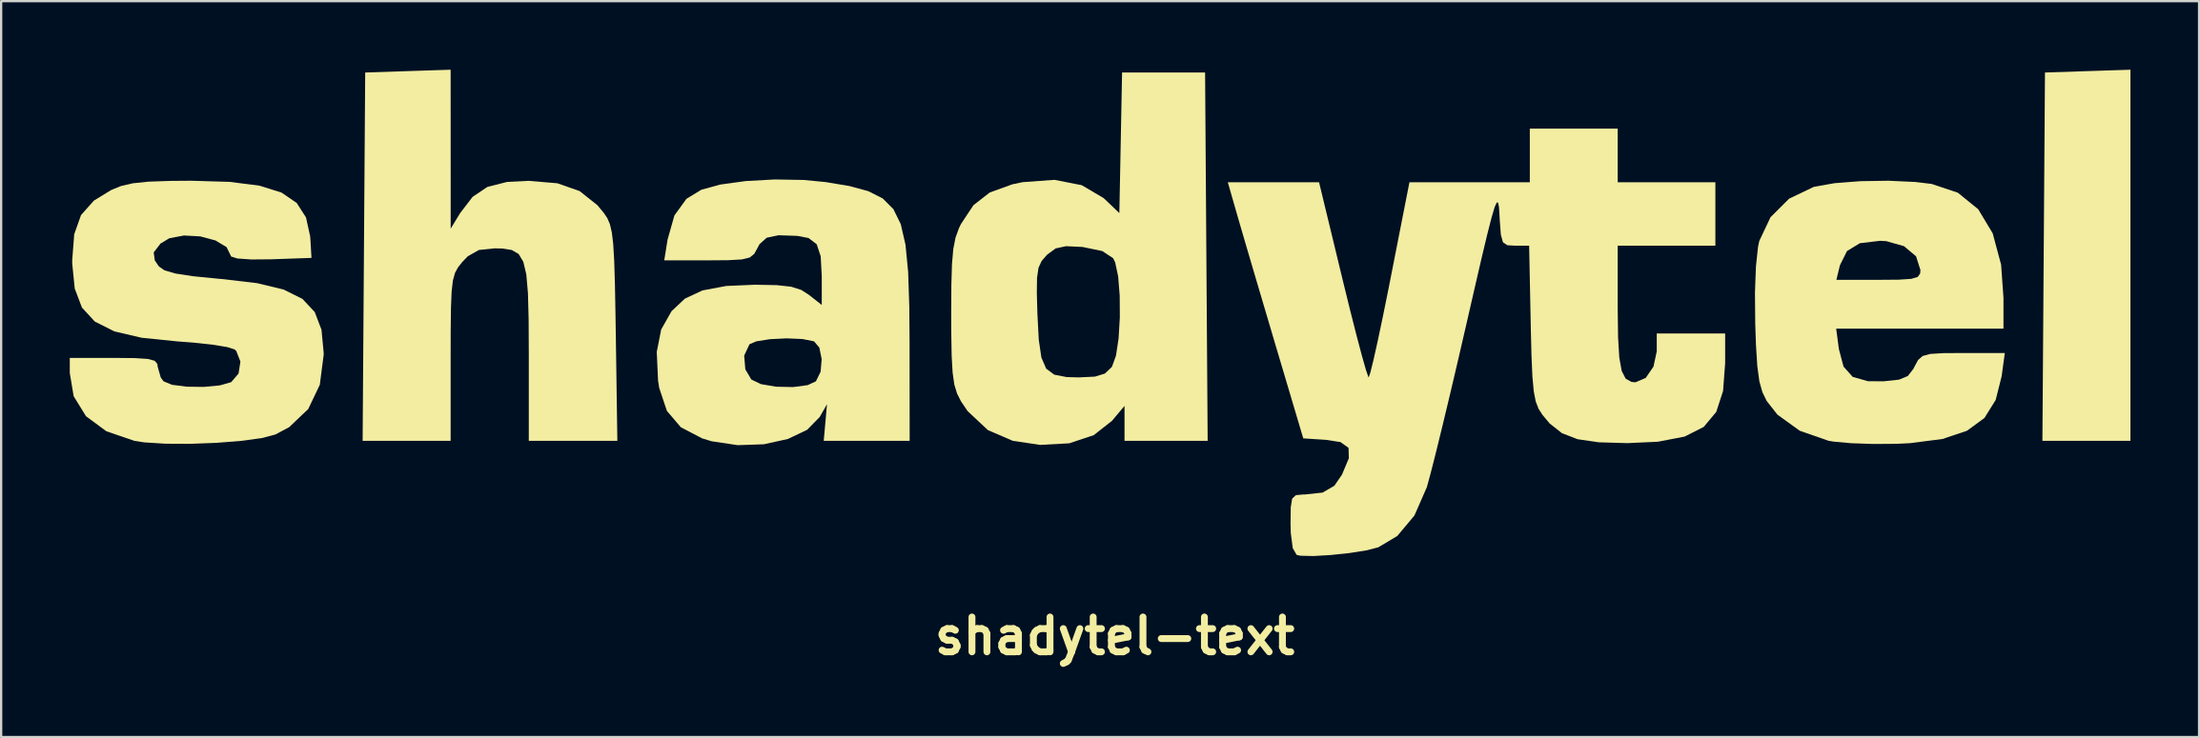
<source format=kicad_pcb>
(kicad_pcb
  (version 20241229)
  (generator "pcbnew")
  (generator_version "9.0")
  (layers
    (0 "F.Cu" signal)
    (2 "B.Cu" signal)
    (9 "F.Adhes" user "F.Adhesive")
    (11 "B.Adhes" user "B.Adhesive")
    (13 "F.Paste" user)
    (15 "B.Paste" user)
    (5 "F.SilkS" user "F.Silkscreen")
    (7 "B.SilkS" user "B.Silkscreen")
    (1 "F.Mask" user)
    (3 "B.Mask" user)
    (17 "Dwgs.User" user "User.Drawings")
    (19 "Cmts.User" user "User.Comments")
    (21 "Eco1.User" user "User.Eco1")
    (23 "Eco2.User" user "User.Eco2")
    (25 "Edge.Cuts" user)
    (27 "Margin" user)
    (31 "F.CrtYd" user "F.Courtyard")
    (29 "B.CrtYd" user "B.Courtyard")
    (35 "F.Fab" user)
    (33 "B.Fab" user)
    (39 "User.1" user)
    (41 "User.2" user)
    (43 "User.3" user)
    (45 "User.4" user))
  (footprint "shadytel-text"
    (layer "F.Cu")
    (at 45.677 8.981)
    (property "Reference" "shadytel-text" (at 0 15.8 0) (layer "F.SilkS") (effects (font (size 1.524 1.524) (thickness 0.3))))
    (attr board_only exclude_from_pos_files exclude_from_bom)
    (fp_poly (pts (xy 44.397 7.257) (xy 40.549 7.257) (xy 40.605 -0.8) (xy 40.661 -8.858) (xy 42.529 -8.92) (xy 44.397 -8.981)) (stroke (width 0) (type solid)) (fill yes) (layer "F.SilkS"))
    (fp_poly (pts (xy -29.028 -5.505) (xy -29.027 -2.028) (xy -28.611 -2.71) (xy -28.069 -3.418) (xy -27.42 -3.854) (xy -26.559 -4.071) (xy -25.623 -4.118) (xy -24.362 -4.012) (xy -23.388 -3.669) (xy -22.611 -3.05) (xy -22.327 -2.706) (xy -22.179 -2.483) (xy -22.067 -2.222) (xy -21.983 -1.864) (xy -21.922 -1.348) (xy -21.879 -0.615) (xy -21.848 0.395) (xy -21.823 1.741) (xy -21.81 2.576) (xy -21.742 7.257) (xy -25.613 7.257) (xy -25.613 3.456) (xy -25.62 1.939) (xy -25.65 0.795) (xy -25.722 -0.027) (xy -25.853 -0.58) (xy -26.058 -0.918) (xy -26.357 -1.092) (xy -26.764 -1.157) (xy -27.109 -1.164) (xy -27.794 -1.093) (xy -28.278 -0.819) (xy -28.518 -0.57) (xy -28.704 -0.336) (xy -28.839 -0.089) (xy -28.93 0.243) (xy -28.986 0.728) (xy -29.015 1.437) (xy -29.027 2.44) (xy -29.029 3.64) (xy -29.029 7.257) (xy -32.876 7.257) (xy -32.82 -0.8) (xy -32.764 -8.858) (xy -30.896 -8.92) (xy -29.029 -8.981)) (stroke (width 0) (type solid)) (fill yes) (layer "F.SilkS"))
    (fp_poly (pts (xy 4.061 7.257) (xy 0.427 7.257) (xy 0.427 5.73) (xy -0.12 6.381) (xy -0.919 7.01) (xy -1.989 7.366) (xy -3.262 7.435) (xy -4.456 7.257) (xy -5.546 6.787) (xy -6.432 5.957) (xy -6.722 5.527) (xy -6.893 5.189) (xy -7.012 4.798) (xy -7.087 4.274) (xy -7.129 3.534) (xy -7.147 2.498) (xy -7.149 1.708) (xy -7.144 0.796) (xy -3.406 0.796) (xy -3.381 1.695) (xy -3.321 2.834) (xy -3.207 3.614) (xy -2.996 4.101) (xy -2.643 4.363) (xy -2.106 4.467) (xy -1.587 4.482) (xy -0.867 4.448) (xy -0.431 4.314) (xy -0.139 4.036) (xy -0.119 4.008) (xy 0.053 3.535) (xy 0.168 2.775) (xy 0.222 1.857) (xy 0.217 0.91) (xy 0.149 0.064) (xy 0.018 -0.553) (xy -0.071 -0.734) (xy -0.545 -1.046) (xy -1.397 -1.223) (xy -1.434 -1.227) (xy -2.134 -1.259) (xy -2.582 -1.162) (xy -2.946 -0.896) (xy -2.983 -0.859) (xy -3.2 -0.606) (xy -3.333 -0.312) (xy -3.397 0.123) (xy -3.406 0.796) (xy -7.144 0.796) (xy -7.142 0.444) (xy -7.115 -0.478) (xy -7.057 -1.142) (xy -6.96 -1.634) (xy -6.814 -2.038) (xy -6.724 -2.227) (xy -6.176 -3.054) (xy -5.463 -3.609) (xy -4.48 -3.965) (xy -4.026 -4.061) (xy -2.634 -4.162) (xy -1.442 -3.928) (xy -0.493 -3.368) (xy -0.409 -3.292) (xy 0.201 -2.707) (xy 0.261 -5.782) (xy 0.32 -8.858) (xy 3.949 -8.858)) (stroke (width 0) (type solid)) (fill yes) (layer "F.SilkS"))
    (fp_poly (pts (xy 34.999 -4.068) (xy 35.708 -3.983) (xy 36.851 -3.6) (xy 37.742 -2.877) (xy 38.375 -1.824) (xy 38.744 -0.45) (xy 38.847 0.999) (xy 38.847 2.348) (xy 31.534 2.348) (xy 31.654 3.248) (xy 31.856 4.009) (xy 32.257 4.46) (xy 32.927 4.649) (xy 33.616 4.652) (xy 34.283 4.58) (xy 34.667 4.421) (xy 34.91 4.106) (xy 34.962 4.002) (xy 35.116 3.718) (xy 35.314 3.545) (xy 35.652 3.455) (xy 36.227 3.42) (xy 37.073 3.415) (xy 38.905 3.415) (xy 38.768 4.429) (xy 38.507 5.468) (xy 38.016 6.256) (xy 37.254 6.816) (xy 36.183 7.176) (xy 34.762 7.36) (xy 34.17 7.388) (xy 33.154 7.395) (xy 32.186 7.361) (xy 31.422 7.292) (xy 31.202 7.256) (xy 29.945 6.818) (xy 28.966 6.112) (xy 28.496 5.511) (xy 28.308 5.126) (xy 28.176 4.65) (xy 28.087 3.992) (xy 28.028 3.063) (xy 27.996 2.126) (xy 27.984 0.774) (xy 28.005 0.213) (xy 31.544 0.213) (xy 33.381 0.213) (xy 34.27 0.206) (xy 34.815 0.17) (xy 35.099 0.086) (xy 35.205 -0.065) (xy 35.218 -0.213) (xy 35.025 -0.818) (xy 34.499 -1.26) (xy 33.722 -1.48) (xy 33.445 -1.494) (xy 32.568 -1.389) (xy 32.007 -1.045) (xy 31.698 -0.424) (xy 31.685 -0.374) (xy 31.544 0.213) (xy 28.005 0.213) (xy 28.027 -0.374) (xy 28.118 -1.228) (xy 28.173 -1.488) (xy 28.664 -2.527) (xy 29.477 -3.338) (xy 30.54 -3.847) (xy 30.595 -3.863) (xy 31.464 -4.016) (xy 32.595 -4.104) (xy 33.827 -4.123)) (stroke (width 0) (type solid)) (fill yes) (layer "F.SilkS"))
    (fp_poly (pts (xy -13.592 -4.157) (xy -12.634 -4.064) (xy -11.594 -3.89) (xy -10.772 -3.667) (xy -10.141 -3.347) (xy -9.677 -2.883) (xy -9.354 -2.225) (xy -9.147 -1.325) (xy -9.031 -0.135) (xy -8.98 1.393) (xy -8.969 2.935) (xy -8.965 7.257) (xy -12.721 7.257) (xy -12.649 6.457) (xy -12.578 5.656) (xy -12.899 6.217) (xy -13.444 6.774) (xy -14.29 7.177) (xy -15.337 7.408) (xy -16.48 7.447) (xy -17.618 7.277) (xy -18.036 7.15) (xy -18.966 6.664) (xy -19.576 5.948) (xy -19.913 4.941) (xy -19.963 4.618) (xy -20.012 3.528) (xy -16.198 3.528) (xy -16.148 4.129) (xy -15.886 4.574) (xy -15.463 4.777) (xy -14.8 4.889) (xy -14.064 4.905) (xy -13.422 4.82) (xy -13.063 4.653) (xy -12.858 4.236) (xy -12.811 3.683) (xy -12.913 3.177) (xy -13.144 2.904) (xy -13.652 2.803) (xy -14.347 2.774) (xy -15.07 2.81) (xy -15.667 2.904) (xy -15.966 3.031) (xy -16.198 3.528) (xy -20.012 3.528) (xy -20.02 3.37) (xy -19.826 2.386) (xy -19.373 1.585) (xy -18.79 1.036) (xy -18.018 0.676) (xy -16.981 0.481) (xy -15.724 0.427) (xy -14.778 0.445) (xy -14.143 0.514) (xy -13.703 0.655) (xy -13.369 0.869) (xy -12.807 1.312) (xy -12.807 0.042) (xy -12.854 -0.82) (xy -13.029 -1.345) (xy -13.384 -1.616) (xy -13.874 -1.71) (xy -14.698 -1.738) (xy -15.212 -1.63) (xy -15.523 -1.354) (xy -15.62 -1.174) (xy -15.76 -0.92) (xy -15.957 -0.763) (xy -16.306 -0.679) (xy -16.899 -0.646) (xy -17.778 -0.64) (xy -19.692 -0.64) (xy -19.547 -1.547) (xy -19.248 -2.604) (xy -18.722 -3.331) (xy -18.073 -3.728) (xy -17.243 -3.956) (xy -16.128 -4.109) (xy -14.866 -4.179)) (stroke (width 0) (type solid)) (fill yes) (layer "F.SilkS"))
    (fp_poly (pts (xy -38.686 -4.073) (xy -37.384 -3.907) (xy -36.421 -3.605) (xy -35.756 -3.149) (xy -35.352 -2.519) (xy -35.17 -1.695) (xy -35.158 -1.545) (xy -35.112 -0.747) (xy -36.873 -0.685) (xy -37.741 -0.678) (xy -38.351 -0.721) (xy -38.626 -0.808) (xy -38.634 -0.83) (xy -38.823 -1.218) (xy -39.311 -1.511) (xy -39.973 -1.688) (xy -40.686 -1.727) (xy -41.327 -1.606) (xy -41.713 -1.372) (xy -42.008 -0.987) (xy -41.962 -0.639) (xy -41.782 -0.374) (xy -41.539 -0.203) (xy -41.062 -0.064) (xy -40.289 0.055) (xy -39.158 0.167) (xy -39.025 0.178) (xy -37.489 0.358) (xy -36.332 0.637) (xy -35.506 1.048) (xy -34.969 1.623) (xy -34.674 2.396) (xy -34.579 3.401) (xy -34.578 3.487) (xy -34.748 4.804) (xy -35.253 5.865) (xy -36.087 6.659) (xy -36.692 6.981) (xy -37.282 7.136) (xy -38.179 7.259) (xy -39.261 7.345) (xy -40.409 7.388) (xy -41.502 7.383) (xy -42.421 7.325) (xy -42.851 7.259) (xy -44.077 6.839) (xy -44.968 6.181) (xy -45.507 5.305) (xy -45.677 4.29) (xy -45.677 3.629) (xy -43.756 3.629) (xy -42.839 3.637) (xy -42.268 3.674) (xy -41.965 3.755) (xy -41.848 3.896) (xy -41.835 4.013) (xy -41.7 4.486) (xy -41.579 4.653) (xy -41.207 4.806) (xy -40.569 4.888) (xy -39.822 4.898) (xy -39.122 4.832) (xy -38.624 4.691) (xy -38.62 4.688) (xy -38.299 4.312) (xy -38.218 3.789) (xy -38.4 3.326) (xy -38.474 3.257) (xy -38.788 3.157) (xy -39.427 3.052) (xy -40.286 2.959) (xy -40.973 2.907) (xy -42.537 2.747) (xy -43.726 2.47) (xy -44.581 2.04) (xy -45.145 1.427) (xy -45.46 0.596) (xy -45.569 -0.484) (xy -45.571 -0.64) (xy -45.483 -1.781) (xy -45.185 -2.621) (xy -44.623 -3.253) (xy -43.872 -3.714) (xy -43.436 -3.893) (xy -42.92 -4.012) (xy -42.23 -4.083) (xy -41.274 -4.116) (xy -40.364 -4.123)) (stroke (width 0) (type solid)) (fill yes) (layer "F.SilkS"))
    (fp_poly (pts (xy 21.985 -4.055) (xy 26.254 -4.055) (xy 26.254 -1.281) (xy 21.985 -1.281) (xy 21.985 1.451) (xy 22 2.717) (xy 22.054 3.615) (xy 22.16 4.202) (xy 22.333 4.538) (xy 22.587 4.68) (xy 22.759 4.696) (xy 23.21 4.504) (xy 23.548 4.01) (xy 23.692 3.341) (xy 23.692 3.293) (xy 23.692 2.561) (xy 26.681 2.561) (xy 26.681 3.863) (xy 26.59 5.077) (xy 26.291 5.995) (xy 25.744 6.649) (xy 24.908 7.072) (xy 23.742 7.297) (xy 22.412 7.358) (xy 21.157 7.322) (xy 20.233 7.187) (xy 19.547 6.922) (xy 19.008 6.496) (xy 18.696 6.122) (xy 18.525 5.854) (xy 18.401 5.534) (xy 18.315 5.089) (xy 18.256 4.444) (xy 18.216 3.527) (xy 18.184 2.263) (xy 18.182 2.12) (xy 18.113 -1.281) (xy 17.498 -1.281) (xy 17.16 -1.301) (xy 16.97 -1.428) (xy 16.877 -1.76) (xy 16.829 -2.396) (xy 16.819 -2.599) (xy 16.796 -2.958) (xy 16.759 -3.162) (xy 16.7 -3.177) (xy 16.606 -2.97) (xy 16.469 -2.506) (xy 16.277 -1.752) (xy 16.02 -0.674) (xy 15.688 0.763) (xy 15.395 2.043) (xy 15.024 3.652) (xy 14.663 5.19) (xy 14.328 6.59) (xy 14.036 7.781) (xy 13.803 8.697) (xy 13.646 9.27) (xy 13.639 9.293) (xy 13.1 10.524) (xy 12.349 11.422) (xy 11.516 11.918) (xy 10.995 12.051) (xy 10.255 12.168) (xy 9.437 12.254) (xy 8.679 12.298) (xy 8.123 12.285) (xy 7.951 12.248) (xy 7.781 11.955) (xy 7.694 11.289) (xy 7.684 10.868) (xy 7.693 10.165) (xy 7.754 9.788) (xy 7.916 9.635) (xy 8.23 9.605) (xy 8.307 9.605) (xy 9.085 9.522) (xy 9.598 9.224) (xy 9.933 8.736) (xy 10.232 8.02) (xy 10.219 7.564) (xy 9.869 7.313) (xy 9.242 7.215) (xy 8.24 7.15) (xy 7.004 2.988) (xy 6.597 1.612) (xy 6.201 0.273) (xy 5.845 -0.936) (xy 5.556 -1.924) (xy 5.36 -2.598) (xy 5.356 -2.615) (xy 4.942 -4.055) (xy 8.931 -4.055) (xy 9.962 0.212) (xy 10.276 1.493) (xy 10.562 2.62) (xy 10.803 3.532) (xy 10.984 4.168) (xy 11.087 4.466) (xy 11.099 4.48) (xy 11.17 4.281) (xy 11.308 3.725) (xy 11.498 2.873) (xy 11.726 1.79) (xy 11.98 0.535) (xy 12.043 0.213) (xy 12.881 -4.055) (xy 18.143 -4.055) (xy 18.143 -6.403) (xy 21.985 -6.403)) (stroke (width 0) (type solid)) (fill yes) (layer "F.SilkS")))
  (gr_rect
    (start -3 -3)
    (end 93.074 29.199)
    (stroke (width 0.1) (type default))
    (fill no)
    (layer "Edge.Cuts")))
</source>
